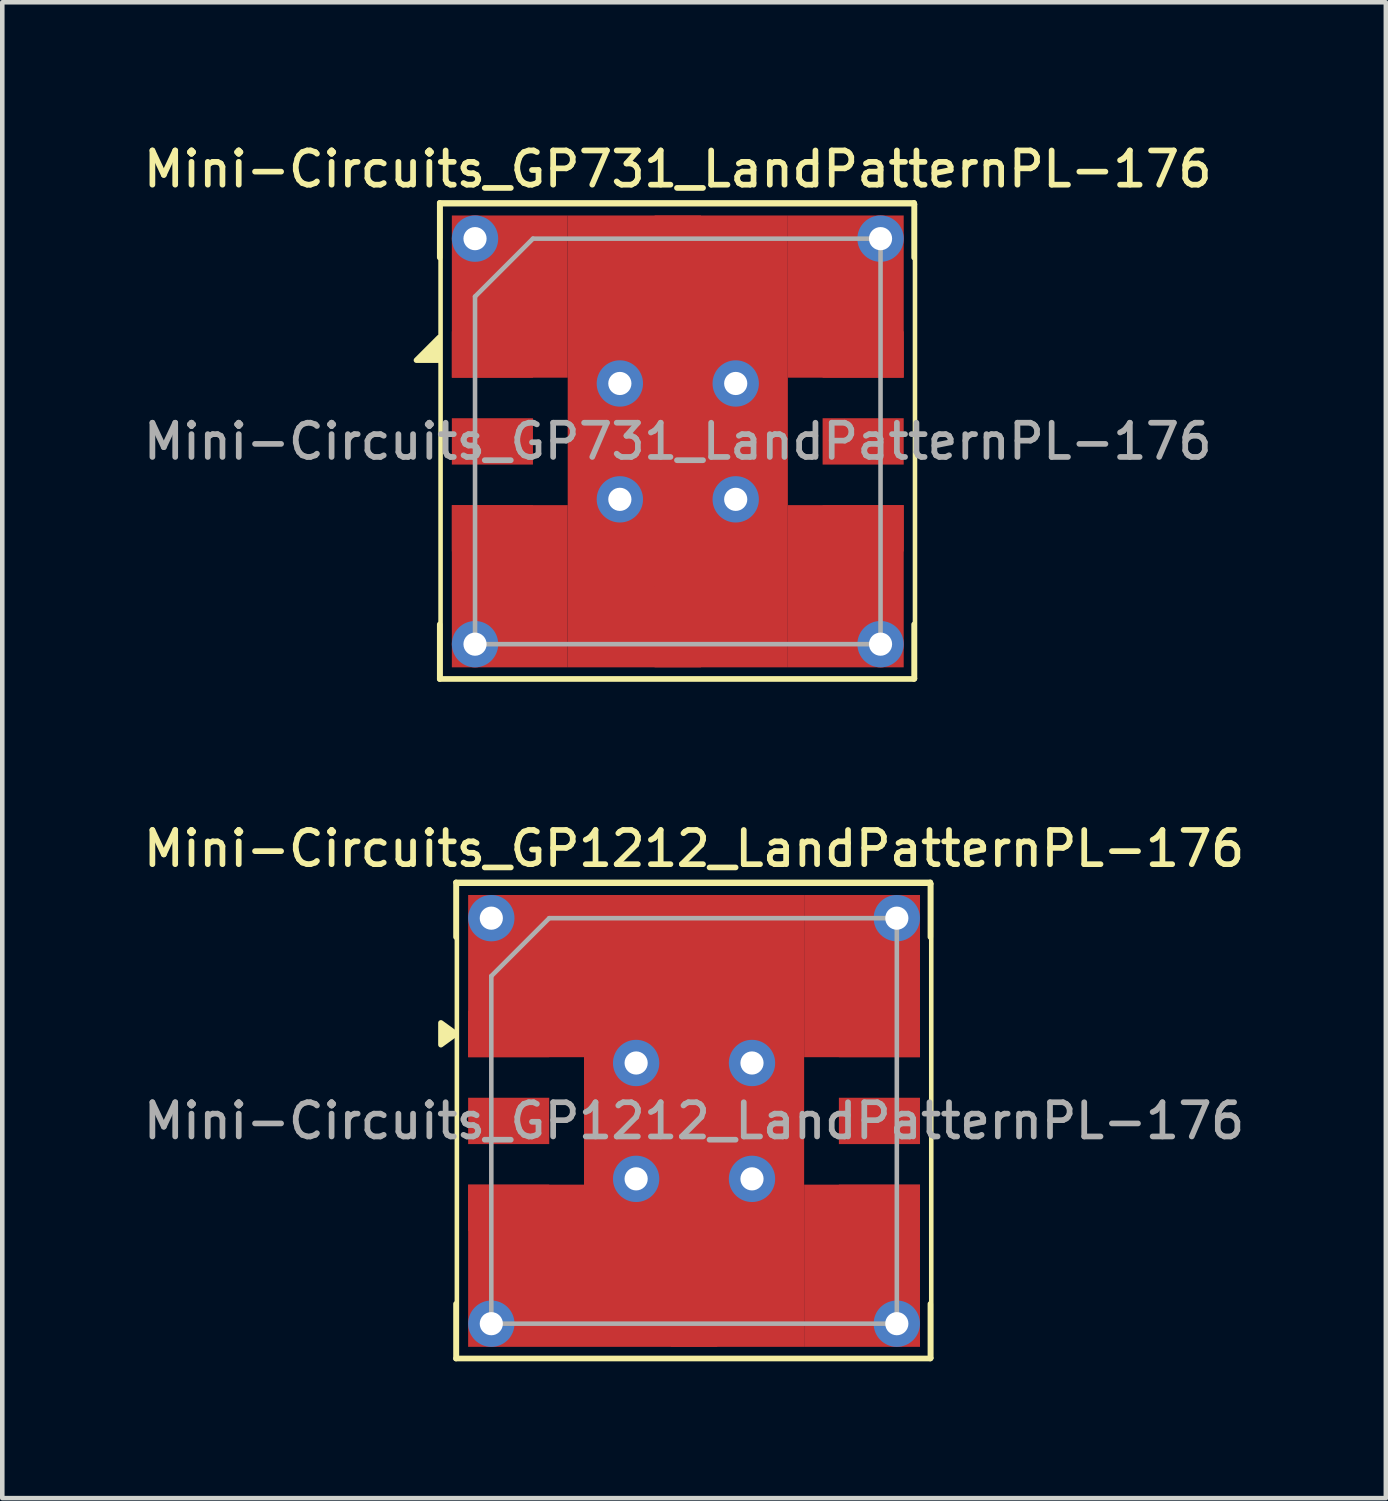
<source format=kicad_pcb>
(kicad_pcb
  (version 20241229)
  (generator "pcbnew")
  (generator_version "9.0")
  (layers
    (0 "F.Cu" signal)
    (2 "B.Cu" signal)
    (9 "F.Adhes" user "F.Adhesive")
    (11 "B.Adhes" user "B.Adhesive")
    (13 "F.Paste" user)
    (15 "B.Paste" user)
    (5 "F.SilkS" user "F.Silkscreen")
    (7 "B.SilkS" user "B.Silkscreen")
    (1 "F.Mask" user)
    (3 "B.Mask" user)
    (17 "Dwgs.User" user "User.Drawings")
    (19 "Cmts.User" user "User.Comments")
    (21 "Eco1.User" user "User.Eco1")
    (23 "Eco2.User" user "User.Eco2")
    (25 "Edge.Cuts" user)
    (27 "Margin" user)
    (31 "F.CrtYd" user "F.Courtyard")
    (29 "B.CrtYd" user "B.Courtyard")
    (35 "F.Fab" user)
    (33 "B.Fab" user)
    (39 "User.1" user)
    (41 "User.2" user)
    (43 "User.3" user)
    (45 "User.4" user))
  (footprint "Mini-Circuits_GP1212_LandPatternPL-176"
    (layer "F.Cu")
    (at 12.166 21.524)
    (property "Reference" "Mini-Circuits_GP1212_LandPatternPL-176" (at 0 -5.969 0) (layer "F.SilkS") (effects (font (size 0.75 0.75) (thickness 0.125))))
    (attr smd)
    (fp_line (start -5.22 -5.23) (end 5.18 -5.23) (stroke (width 0.12) (type solid)) (layer "F.SilkS"))
    (fp_line (start -5.22 -4.03) (end -5.22 -5.23) (stroke (width 0.12) (type solid)) (layer "F.SilkS"))
    (fp_line (start -5.22 4.01) (end -5.22 5.21) (stroke (width 0.12) (type solid)) (layer "F.SilkS"))
    (fp_line (start -5.2 -5.2) (end -5.2 5.2) (stroke (width 0.1) (type solid)) (layer "F.SilkS"))
    (fp_line (start -5.2 -5.2) (end 5.2 -5.2) (stroke (width 0.1) (type solid)) (layer "F.SilkS"))
    (fp_line (start 5.18 -4.03) (end 5.18 -5.23) (stroke (width 0.12) (type solid)) (layer "F.SilkS"))
    (fp_line (start 5.18 5.21) (end -5.22 5.21) (stroke (width 0.12) (type solid)) (layer "F.SilkS"))
    (fp_line (start 5.18 5.21) (end 5.18 4.01) (stroke (width 0.12) (type solid)) (layer "F.SilkS"))
    (fp_line (start 5.2 5.2) (end -5.2 5.2) (stroke (width 0.1) (type solid)) (layer "F.SilkS"))
    (fp_line (start 5.2 5.2) (end 5.2 -5.2) (stroke (width 0.1) (type solid)) (layer "F.SilkS"))
    (fp_poly (pts (xy -5.22 -1.91) (xy -5.55 -1.67) (xy -5.55 -2.15) (xy -5.22 -1.91)) (stroke (width 0.12) (type solid)) (fill yes) (layer "F.SilkS"))
    (fp_line (start -4.445 -3.175) (end -3.175 -4.445) (stroke (width 0.1) (type solid)) (layer "F.Fab"))
    (fp_line (start -4.445 4.445) (end -4.445 -3.175) (stroke (width 0.1) (type solid)) (layer "F.Fab"))
    (fp_line (start -3.175 -4.445) (end 4.445 -4.445) (stroke (width 0.1) (type solid)) (layer "F.Fab"))
    (fp_line (start 4.445 -4.445) (end 4.445 4.445) (stroke (width 0.1) (type solid)) (layer "F.Fab"))
    (fp_line (start 4.445 4.445) (end -4.445 4.445) (stroke (width 0.1) (type solid)) (layer "F.Fab"))
    (fp_text user "${REFERENCE}" (at 0 0 0) (layer "F.Fab") (effects (font (size 0.75 0.75) (thickness 0.125))))
    (pad "1" thru_hole circle (at -4.445 -4.445) (size 1.016 1.016) (drill 0.508) (layers "*.Cu"))
    (pad "1" thru_hole circle (at -4.445 4.445) (size 1.016 1.016) (drill 0.508) (layers "*.Cu"))
    (pad "1" smd rect (at -4.064 -1.905 180) (size 1.778 1.016) (layers "F.Cu" "F.Mask" "F.Paste"))
    (pad "1" smd rect (at -3.683 -3.175) (size 2.54 3.556) (layers "F.Cu"))
    (pad "1" smd rect (at -3.683 3.175) (size 2.54 3.556) (layers "F.Cu"))
    (pad "1" thru_hole circle (at -1.27 -1.27) (size 1.016 1.016) (drill 0.508) (layers "*.Cu"))
    (pad "1" thru_hole circle (at -1.27 1.27) (size 1.016 1.016) (drill 0.508) (layers "*.Cu"))
    (pad "1" smd rect (at 0 0) (size 4.826 9.906) (layers "F.Cu"))
    (pad "1" thru_hole circle (at 1.27 -1.27) (size 1.016 1.016) (drill 0.508) (layers "*.Cu"))
    (pad "1" thru_hole circle (at 1.27 1.27) (size 1.016 1.016) (drill 0.508) (layers "*.Cu"))
    (pad "1" smd rect (at 3.683 -3.175) (size 2.54 3.556) (layers "F.Cu"))
    (pad "1" smd rect (at 3.683 3.175) (size 2.54 3.556) (layers "F.Cu"))
    (pad "1" thru_hole circle (at 4.445 -4.445) (size 1.016 1.016) (drill 0.508) (layers "*.Cu"))
    (pad "1" thru_hole circle (at 4.445 4.445) (size 1.016 1.016) (drill 0.508) (layers "*.Cu"))
    (pad "2" smd rect (at -4.064 0 180) (size 1.778 1.016) (layers "F.Cu" "F.Mask" "F.Paste"))
    (pad "3" smd rect (at -4.064 1.905 180) (size 1.778 1.016) (layers "F.Cu" "F.Mask" "F.Paste"))
    (pad "4" smd rect (at 0 4.064 270) (size 1.778 1.016) (layers "F.Cu" "F.Mask" "F.Paste"))
    (pad "5" smd rect (at 4.064 1.905) (size 1.778 1.016) (layers "F.Cu" "F.Mask" "F.Paste"))
    (pad "6" smd rect (at 4.064 0) (size 1.778 1.016) (layers "F.Cu" "F.Mask" "F.Paste"))
    (pad "7" smd rect (at 4.064 -1.905) (size 1.778 1.016) (layers "F.Cu" "F.Mask" "F.Paste"))
    (pad "8" smd rect (at 0 -4.064 270) (size 1.778 1.016) (layers "F.Cu" "F.Mask" "F.Paste")))
  (footprint "Mini-Circuits_GP731_LandPatternPL-176"
    (layer "F.Cu")
    (at 11.809 6.627)
    (property "Reference" "Mini-Circuits_GP731_LandPatternPL-176" (at 0 -5.969 0) (layer "F.SilkS") (effects (font (size 0.75 0.75) (thickness 0.125))))
    (attr smd)
    (fp_line (start -5.22 -5.23) (end 5.18 -5.23) (stroke (width 0.12) (type solid)) (layer "F.SilkS"))
    (fp_line (start -5.22 -4.03) (end -5.22 -5.23) (stroke (width 0.12) (type solid)) (layer "F.SilkS"))
    (fp_line (start -5.22 4.01) (end -5.22 5.21) (stroke (width 0.12) (type solid)) (layer "F.SilkS"))
    (fp_line (start -5.2 -5.2) (end -5.2 5.2) (stroke (width 0.1) (type solid)) (layer "F.SilkS"))
    (fp_line (start -5.2 -5.2) (end 5.2 -5.2) (stroke (width 0.1) (type solid)) (layer "F.SilkS"))
    (fp_line (start 5.18 -4.03) (end 5.18 -5.23) (stroke (width 0.12) (type solid)) (layer "F.SilkS"))
    (fp_line (start 5.18 5.21) (end -5.22 5.21) (stroke (width 0.12) (type solid)) (layer "F.SilkS"))
    (fp_line (start 5.18 5.21) (end 5.18 4.01) (stroke (width 0.12) (type solid)) (layer "F.SilkS"))
    (fp_line (start 5.2 5.2) (end -5.2 5.2) (stroke (width 0.1) (type solid)) (layer "F.SilkS"))
    (fp_line (start 5.2 5.2) (end 5.2 -5.2) (stroke (width 0.1) (type solid)) (layer "F.SilkS"))
    (fp_poly (pts (xy -5.23 -1.78) (xy -5.73 -1.78) (xy -5.23 -2.28) (xy -5.23 -1.78)) (stroke (width 0.12) (type solid)) (fill yes) (layer "F.SilkS"))
    (fp_line (start -4.445 -3.175) (end -3.175 -4.445) (stroke (width 0.1) (type solid)) (layer "F.Fab"))
    (fp_line (start -4.445 4.445) (end -4.445 -3.175) (stroke (width 0.1) (type solid)) (layer "F.Fab"))
    (fp_line (start -3.175 -4.445) (end 4.445 -4.445) (stroke (width 0.1) (type solid)) (layer "F.Fab"))
    (fp_line (start 4.445 -4.445) (end 4.445 4.445) (stroke (width 0.1) (type solid)) (layer "F.Fab"))
    (fp_line (start 4.445 4.445) (end -4.445 4.445) (stroke (width 0.1) (type solid)) (layer "F.Fab"))
    (fp_text user "${REFERENCE}" (at 0 0 0) (layer "F.Fab") (effects (font (size 0.75 0.75) (thickness 0.125))))
    (pad "1" thru_hole circle (at -4.445 -4.445) (size 1.016 1.016) (drill 0.508) (layers "*.Cu"))
    (pad "1" thru_hole circle (at -4.445 4.445) (size 1.016 1.016) (drill 0.508) (layers "*.Cu"))
    (pad "1" smd rect (at -4.064 -1.905 180) (size 1.778 1.016) (layers "F.Cu" "F.Mask" "F.Paste"))
    (pad "1" smd rect (at -3.683 -3.175) (size 2.54 3.556) (layers "F.Cu"))
    (pad "1" smd rect (at -3.683 3.175) (size 2.54 3.556) (layers "F.Cu"))
    (pad "1" thru_hole circle (at -1.27 -1.27) (size 1.016 1.016) (drill 0.508) (layers "*.Cu"))
    (pad "1" thru_hole circle (at -1.27 1.27) (size 1.016 1.016) (drill 0.508) (layers "*.Cu"))
    (pad "1" smd rect (at 0 0) (size 4.826 9.906) (layers "F.Cu"))
    (pad "1" thru_hole circle (at 1.27 -1.27) (size 1.016 1.016) (drill 0.508) (layers "*.Cu"))
    (pad "1" thru_hole circle (at 1.27 1.27) (size 1.016 1.016) (drill 0.508) (layers "*.Cu"))
    (pad "1" smd rect (at 3.683 -3.175) (size 2.54 3.556) (layers "F.Cu"))
    (pad "1" smd rect (at 3.683 3.175) (size 2.54 3.556) (layers "F.Cu"))
    (pad "1" thru_hole circle (at 4.445 -4.445) (size 1.016 1.016) (drill 0.508) (layers "*.Cu"))
    (pad "1" thru_hole circle (at 4.445 4.445) (size 1.016 1.016) (drill 0.508) (layers "*.Cu"))
    (pad "2" smd rect (at -4.064 0 180) (size 1.778 1.016) (layers "F.Cu" "F.Mask" "F.Paste"))
    (pad "3" smd rect (at -4.064 1.905 180) (size 1.778 1.016) (layers "F.Cu" "F.Mask" "F.Paste"))
    (pad "4" smd rect (at 0 4.064 270) (size 1.778 1.016) (layers "F.Cu" "F.Mask" "F.Paste"))
    (pad "5" smd rect (at 4.064 1.905) (size 1.778 1.016) (layers "F.Cu" "F.Mask" "F.Paste"))
    (pad "6" smd rect (at 4.064 0) (size 1.778 1.016) (layers "F.Cu" "F.Mask" "F.Paste"))
    (pad "7" smd rect (at 4.064 -1.905) (size 1.778 1.016) (layers "F.Cu" "F.Mask" "F.Paste"))
    (pad "8" smd rect (at 0 -4.064 270) (size 1.778 1.016) (layers "F.Cu" "F.Mask" "F.Paste")))
  (gr_rect
    (start -3 -3)
    (end 27.332 29.794)
    (stroke (width 0.1) (type default))
    (fill no)
    (layer "Edge.Cuts")))
</source>
